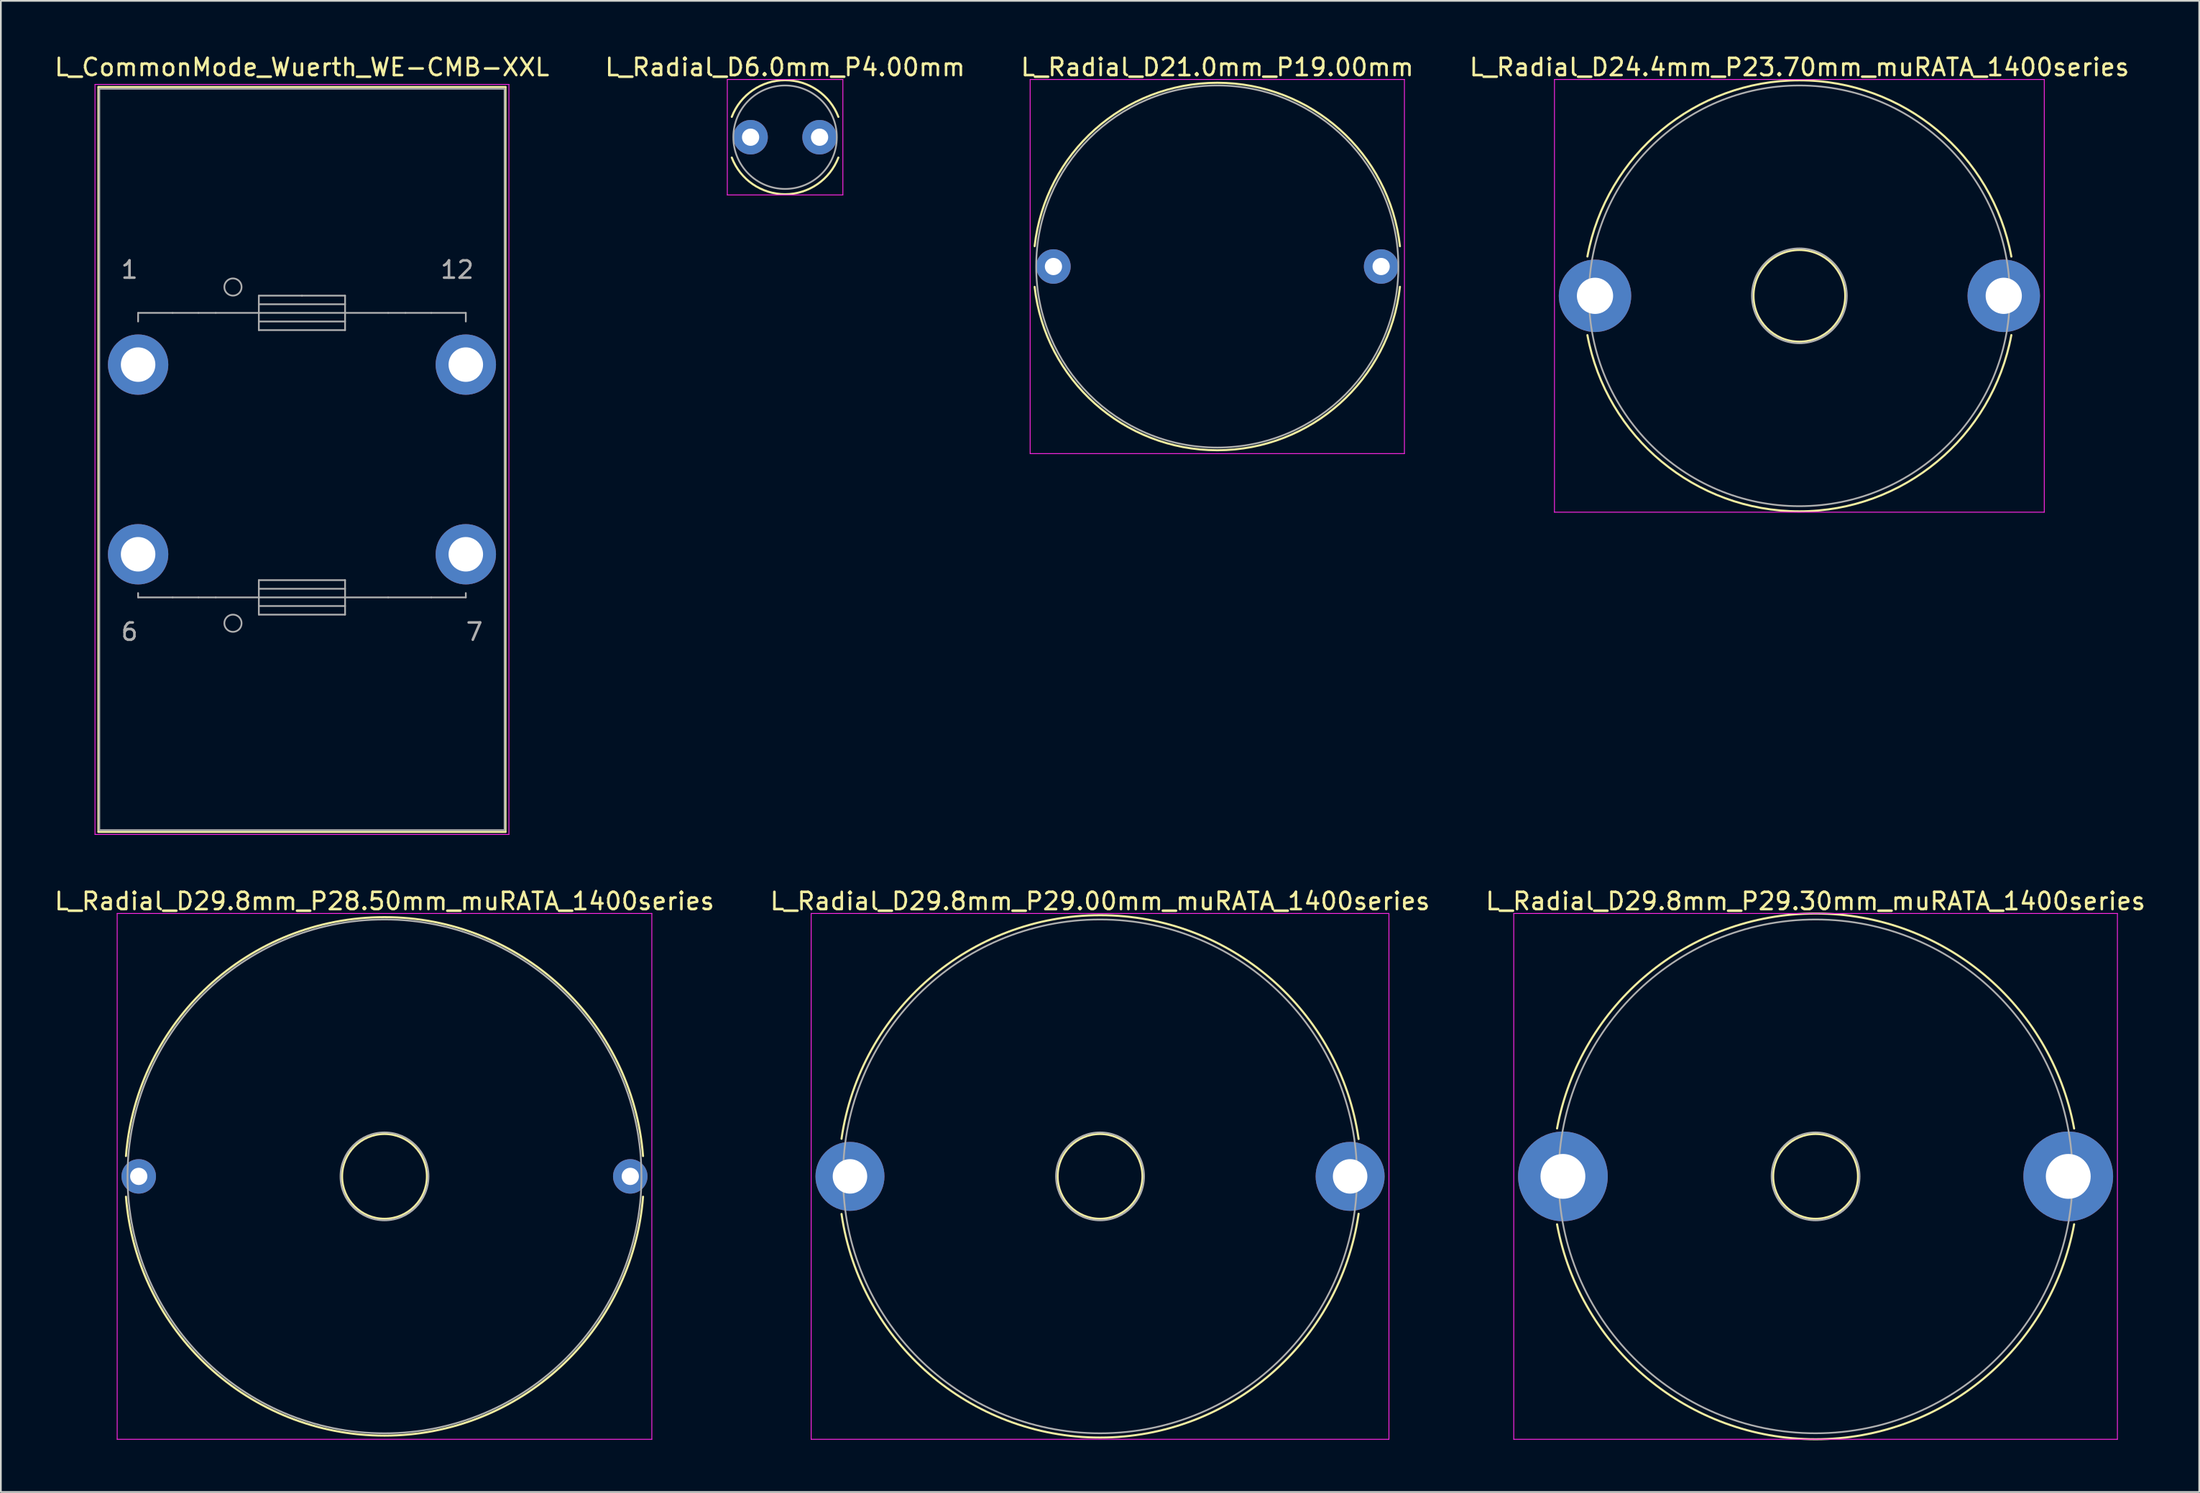
<source format=kicad_pcb>
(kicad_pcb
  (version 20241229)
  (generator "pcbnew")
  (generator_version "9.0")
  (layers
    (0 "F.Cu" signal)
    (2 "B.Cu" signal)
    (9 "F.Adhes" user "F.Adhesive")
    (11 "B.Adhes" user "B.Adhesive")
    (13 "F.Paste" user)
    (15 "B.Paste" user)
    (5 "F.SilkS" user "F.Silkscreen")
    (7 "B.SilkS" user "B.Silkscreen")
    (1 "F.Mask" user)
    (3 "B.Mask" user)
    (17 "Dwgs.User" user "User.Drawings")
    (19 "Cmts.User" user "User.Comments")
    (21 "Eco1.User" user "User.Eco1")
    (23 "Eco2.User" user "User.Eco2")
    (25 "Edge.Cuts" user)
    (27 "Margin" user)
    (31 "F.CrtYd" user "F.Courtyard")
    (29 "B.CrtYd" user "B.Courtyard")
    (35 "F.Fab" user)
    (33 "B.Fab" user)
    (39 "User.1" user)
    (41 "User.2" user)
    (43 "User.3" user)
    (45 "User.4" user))
  (footprint "L_CommonMode_Wuerth_WE-CMB-XXL"
    (layer "F.Cu")
    (at 4.958 18.098)
    (property "Reference" "L_CommonMode_Wuerth_WE-CMB-XXL" (at 9.5 -17.25 0) (layer "F.SilkS") (effects (font (size 1 1) (thickness 0.15))))
    (attr through_hole)
    (fp_line (start -2.3 -16.1) (end 21.3 -16.1) (stroke (width 0.12) (type solid)) (layer "F.SilkS"))
    (fp_line (start -2.3 27.1) (end -2.3 -16.1) (stroke (width 0.12) (type solid)) (layer "F.SilkS"))
    (fp_line (start 21.3 -16.1) (end 21.3 27.1) (stroke (width 0.12) (type solid)) (layer "F.SilkS"))
    (fp_line (start 21.3 27.1) (end -2.3 27.1) (stroke (width 0.12) (type solid)) (layer "F.SilkS"))
    (fp_line (start -2.5 -16.25) (end 21.5 -16.25) (stroke (width 0.05) (type solid)) (layer "F.CrtYd"))
    (fp_line (start -2.5 27.25) (end -2.5 -16.25) (stroke (width 0.05) (type solid)) (layer "F.CrtYd"))
    (fp_line (start 21.5 -16.25) (end 21.5 27.25) (stroke (width 0.05) (type solid)) (layer "F.CrtYd"))
    (fp_line (start 21.5 27.25) (end -2.5 27.25) (stroke (width 0.05) (type solid)) (layer "F.CrtYd"))
    (fp_line (start -2.25 -16) (end -2.25 27) (stroke (width 0.1) (type solid)) (layer "F.Fab"))
    (fp_line (start -2.25 27) (end 21.25 27) (stroke (width 0.1) (type solid)) (layer "F.Fab"))
    (fp_line (start 0 -3) (end 0 -2.5) (stroke (width 0.1) (type solid)) (layer "F.Fab"))
    (fp_line (start 0 13.5) (end 0 13.25) (stroke (width 0.1) (type solid)) (layer "F.Fab"))
    (fp_line (start 2 -3) (end 0 -3) (stroke (width 0.1) (type solid)) (layer "F.Fab"))
    (fp_line (start 2 13.5) (end 0 13.5) (stroke (width 0.1) (type solid)) (layer "F.Fab"))
    (fp_line (start 3.5 -3) (end 2 -3) (stroke (width 0.1) (type solid)) (layer "F.Fab"))
    (fp_line (start 3.5 13.5) (end 2 13.5) (stroke (width 0.1) (type solid)) (layer "F.Fab"))
    (fp_line (start 4.5 -3) (end 3.5 -3) (stroke (width 0.1) (type solid)) (layer "F.Fab"))
    (fp_line (start 4.5 13.5) (end 3.5 13.5) (stroke (width 0.1) (type solid)) (layer "F.Fab"))
    (fp_line (start 4.5 13.5) (end 7 13.5) (stroke (width 0.1) (type solid)) (layer "F.Fab"))
    (fp_line (start 7 -4) (end 9.5 -4) (stroke (width 0.1) (type solid)) (layer "F.Fab"))
    (fp_line (start 7 -3) (end 4.5 -3) (stroke (width 0.1) (type solid)) (layer "F.Fab"))
    (fp_line (start 7 -3) (end 12 -3) (stroke (width 0.1) (type solid)) (layer "F.Fab"))
    (fp_line (start 7 -2.5) (end 12 -2.5) (stroke (width 0.1) (type solid)) (layer "F.Fab"))
    (fp_line (start 7 -2) (end 7 -4) (stroke (width 0.1) (type solid)) (layer "F.Fab"))
    (fp_line (start 7 12.5) (end 12 12.5) (stroke (width 0.1) (type solid)) (layer "F.Fab"))
    (fp_line (start 7 14) (end 12 14) (stroke (width 0.1) (type solid)) (layer "F.Fab"))
    (fp_line (start 7 14.5) (end 7 12.5) (stroke (width 0.1) (type solid)) (layer "F.Fab"))
    (fp_line (start 9.5 -4) (end 12 -4) (stroke (width 0.1) (type solid)) (layer "F.Fab"))
    (fp_line (start 12 -4) (end 12 -2) (stroke (width 0.1) (type solid)) (layer "F.Fab"))
    (fp_line (start 12 -3.5) (end 7 -3.5) (stroke (width 0.1) (type solid)) (layer "F.Fab"))
    (fp_line (start 12 -3) (end 14.5 -3) (stroke (width 0.1) (type solid)) (layer "F.Fab"))
    (fp_line (start 12 -2) (end 7 -2) (stroke (width 0.1) (type solid)) (layer "F.Fab"))
    (fp_line (start 12 12.5) (end 12 14.5) (stroke (width 0.1) (type solid)) (layer "F.Fab"))
    (fp_line (start 12 13) (end 7 13) (stroke (width 0.1) (type solid)) (layer "F.Fab"))
    (fp_line (start 12 13.5) (end 7 13.5) (stroke (width 0.1) (type solid)) (layer "F.Fab"))
    (fp_line (start 12 14.5) (end 7 14.5) (stroke (width 0.1) (type solid)) (layer "F.Fab"))
    (fp_line (start 14.5 -3) (end 15.5 -3) (stroke (width 0.1) (type solid)) (layer "F.Fab"))
    (fp_line (start 14.5 13.5) (end 12 13.5) (stroke (width 0.1) (type solid)) (layer "F.Fab"))
    (fp_line (start 14.5 13.5) (end 17 13.5) (stroke (width 0.1) (type solid)) (layer "F.Fab"))
    (fp_line (start 15.5 -3) (end 17 -3) (stroke (width 0.1) (type solid)) (layer "F.Fab"))
    (fp_line (start 17 -3) (end 19 -3) (stroke (width 0.1) (type solid)) (layer "F.Fab"))
    (fp_line (start 17 13.5) (end 19 13.5) (stroke (width 0.1) (type solid)) (layer "F.Fab"))
    (fp_line (start 19 -3) (end 19 -2.5) (stroke (width 0.1) (type solid)) (layer "F.Fab"))
    (fp_line (start 19 13.5) (end 19 13.25) (stroke (width 0.1) (type solid)) (layer "F.Fab"))
    (fp_line (start 21.25 -16) (end -2.25 -16) (stroke (width 0.1) (type solid)) (layer "F.Fab"))
    (fp_line (start 21.25 27) (end 21.25 -16) (stroke (width 0.1) (type solid)) (layer "F.Fab"))
    (fp_circle (center 5.5 -4.5) (end 6 -4.5) (stroke (width 0.1) (type solid)) (fill no) (layer "F.Fab"))
    (fp_circle (center 5.5 15) (end 6 15) (stroke (width 0.1) (type solid)) (fill no) (layer "F.Fab"))
    (fp_text user "12" (at 18.5 -5.5 0) (layer "F.Fab") (effects (font (size 1 1) (thickness 0.15))))
    (fp_text user "6" (at -0.5 15.5 0) (layer "F.Fab") (effects (font (size 1 1) (thickness 0.15))))
    (fp_text user "1" (at -0.5 -5.5 0) (layer "F.Fab") (effects (font (size 1 1) (thickness 0.15))))
    (fp_text user "7" (at 19.5 15.5 0) (layer "F.Fab") (effects (font (size 1 1) (thickness 0.15))))
    (pad "1" thru_hole circle (at 0 0) (size 3.5 3.5) (drill 2) (layers "*.Cu" "*.Mask"))
    (pad "6" thru_hole circle (at 0 11) (size 3.5 3.5) (drill 2) (layers "*.Cu" "*.Mask"))
    (pad "7" thru_hole circle (at 19 11) (size 3.5 3.5) (drill 2) (layers "*.Cu" "*.Mask"))
    (pad "12" thru_hole circle (at 19 0) (size 3.5 3.5) (drill 2) (layers "*.Cu" "*.Mask")))
  (footprint "L_Radial_D6.0mm_P4.00mm"
    (layer "F.Cu")
    (at 40.47 4.908)
    (property "Reference" "L_Radial_D6.0mm_P4.00mm" (at 2 -4.06 0) (layer "F.SilkS") (effects (font (size 1 1) (thickness 0.15))))
    (attr through_hole)
    (fp_arc (start -1.09 -1.18) (mid 2.000041 -3.307643) (end 5.090029 -1.179924) (stroke (width 0.12) (type solid)) (layer "F.SilkS"))
    (fp_arc (start 5.090029 1.179924) (mid 2.000041 3.307643) (end -1.09 1.18) (stroke (width 0.12) (type solid)) (layer "F.SilkS"))
    (fp_line (start -1.35 -3.35) (end -1.35 3.35) (stroke (width 0.05) (type solid)) (layer "F.CrtYd"))
    (fp_line (start -1.35 3.35) (end 5.35 3.35) (stroke (width 0.05) (type solid)) (layer "F.CrtYd"))
    (fp_line (start 5.35 -3.35) (end -1.35 -3.35) (stroke (width 0.05) (type solid)) (layer "F.CrtYd"))
    (fp_line (start 5.35 3.35) (end 5.35 -3.35) (stroke (width 0.05) (type solid)) (layer "F.CrtYd"))
    (fp_circle (center 2 0) (end 5 0) (stroke (width 0.1) (type solid)) (fill no) (layer "F.Fab"))
    (pad "1" thru_hole circle (at 0 0) (size 2 2) (drill 1) (layers "*.Cu" "*.Mask"))
    (pad "2" thru_hole circle (at 4 0) (size 2 2) (drill 1) (layers "*.Cu" "*.Mask")))
  (footprint "L_Radial_D29.8mm_P29.00mm_muRATA_1400series"
    (layer "F.Cu")
    (at 46.232 65.181)
    (property "Reference" "L_Radial_D29.8mm_P29.00mm_muRATA_1400series" (at 14.5 -15.96 0) (layer "F.SilkS") (effects (font (size 1 1) (thickness 0.15))))
    (attr through_hole)
    (fp_arc (start -0.49 -2.18) (mid 14.506486 -15.147688) (end 29.491861 -2.167163) (stroke (width 0.12) (type solid)) (layer "F.SilkS"))
    (fp_arc (start 29.491861 2.167163) (mid 14.506486 15.147688) (end -0.49 2.18) (stroke (width 0.12) (type solid)) (layer "F.SilkS"))
    (fp_circle (center 14.5 0) (end 16.96 0) (stroke (width 0.12) (type solid)) (fill no) (layer "F.SilkS"))
    (fp_line (start -2.25 -15.25) (end -2.25 15.25) (stroke (width 0.05) (type solid)) (layer "F.CrtYd"))
    (fp_line (start -2.25 15.25) (end 31.25 15.25) (stroke (width 0.05) (type solid)) (layer "F.CrtYd"))
    (fp_line (start 31.25 -15.25) (end -2.25 -15.25) (stroke (width 0.05) (type solid)) (layer "F.CrtYd"))
    (fp_line (start 31.25 15.25) (end 31.25 -15.25) (stroke (width 0.05) (type solid)) (layer "F.CrtYd"))
    (fp_circle (center 14.5 0) (end 17.05 0) (stroke (width 0.1) (type solid)) (fill no) (layer "F.Fab"))
    (fp_circle (center 14.5 0) (end 29.4 0) (stroke (width 0.1) (type solid)) (fill no) (layer "F.Fab"))
    (pad "1" thru_hole circle (at 0 0) (size 4 4) (drill 2) (layers "*.Cu" "*.Mask"))
    (pad "2" thru_hole circle (at 29 0) (size 4 4) (drill 2) (layers "*.Cu" "*.Mask")))
  (footprint "L_Radial_D21.0mm_P19.00mm"
    (layer "F.Cu")
    (at 58.03 12.408)
    (property "Reference" "L_Radial_D21.0mm_P19.00mm" (at 9.5 -11.56 0) (layer "F.SilkS") (effects (font (size 1 1) (thickness 0.15))))
    (attr through_hole)
    (fp_arc (start -1.09 -1.18) (mid 9.501489 -10.655538) (end 20.090329 -1.177041) (stroke (width 0.12) (type solid)) (layer "F.SilkS"))
    (fp_arc (start 20.090329 1.177041) (mid 9.501489 10.655538) (end -1.09 1.18) (stroke (width 0.12) (type solid)) (layer "F.SilkS"))
    (fp_line (start -1.35 -10.85) (end -1.35 10.85) (stroke (width 0.05) (type solid)) (layer "F.CrtYd"))
    (fp_line (start -1.35 10.85) (end 20.35 10.85) (stroke (width 0.05) (type solid)) (layer "F.CrtYd"))
    (fp_line (start 20.35 -10.85) (end -1.35 -10.85) (stroke (width 0.05) (type solid)) (layer "F.CrtYd"))
    (fp_line (start 20.35 10.85) (end 20.35 -10.85) (stroke (width 0.05) (type solid)) (layer "F.CrtYd"))
    (fp_circle (center 9.5 0) (end 20 0) (stroke (width 0.1) (type solid)) (fill no) (layer "F.Fab"))
    (pad "1" thru_hole circle (at 0 0) (size 2 2) (drill 1) (layers "*.Cu" "*.Mask"))
    (pad "2" thru_hole circle (at 19 0) (size 2 2) (drill 1) (layers "*.Cu" "*.Mask")))
  (footprint "L_Radial_D29.8mm_P28.50mm_muRATA_1400series"
    (layer "F.Cu")
    (at 4.994 65.181)
    (property "Reference" "L_Radial_D29.8mm_P28.50mm_muRATA_1400series" (at 14.25 -15.96 0) (layer "F.SilkS") (effects (font (size 1 1) (thickness 0.15))))
    (attr through_hole)
    (fp_arc (start -0.74 -1.18) (mid 14.250261 -15.036373) (end 29.240041 -1.17948) (stroke (width 0.12) (type solid)) (layer "F.SilkS"))
    (fp_arc (start 29.240041 1.17948) (mid 14.250261 15.036373) (end -0.74 1.18) (stroke (width 0.12) (type solid)) (layer "F.SilkS"))
    (fp_circle (center 14.25 0) (end 16.71 0) (stroke (width 0.12) (type solid)) (fill no) (layer "F.SilkS"))
    (fp_line (start -1.25 -15.25) (end -1.25 15.25) (stroke (width 0.05) (type solid)) (layer "F.CrtYd"))
    (fp_line (start -1.25 15.25) (end 29.75 15.25) (stroke (width 0.05) (type solid)) (layer "F.CrtYd"))
    (fp_line (start 29.75 -15.25) (end -1.25 -15.25) (stroke (width 0.05) (type solid)) (layer "F.CrtYd"))
    (fp_line (start 29.75 15.25) (end 29.75 -15.25) (stroke (width 0.05) (type solid)) (layer "F.CrtYd"))
    (fp_circle (center 14.25 0) (end 16.8 0) (stroke (width 0.1) (type solid)) (fill no) (layer "F.Fab"))
    (fp_circle (center 14.25 0) (end 29.15 0) (stroke (width 0.1) (type solid)) (fill no) (layer "F.Fab"))
    (pad "1" thru_hole circle (at 0 0) (size 2 2) (drill 1) (layers "*.Cu" "*.Mask"))
    (pad "2" thru_hole circle (at 28.5 0) (size 2 2) (drill 1) (layers "*.Cu" "*.Mask")))
  (footprint "L_Radial_D29.8mm_P29.30mm_muRATA_1400series"
    (layer "F.Cu")
    (at 87.57 65.181)
    (property "Reference" "L_Radial_D29.8mm_P29.30mm_muRATA_1400series" (at 14.65 -15.96 0) (layer "F.SilkS") (effects (font (size 1 1) (thickness 0.15))))
    (attr through_hole)
    (fp_arc (start -0.34 -2.78) (mid 14.651738 -15.245606) (end 29.640633 -2.776582) (stroke (width 0.12) (type solid)) (layer "F.SilkS"))
    (fp_arc (start 29.640633 2.776582) (mid 14.651738 15.245605) (end -0.34 2.78) (stroke (width 0.12) (type solid)) (layer "F.SilkS"))
    (fp_circle (center 14.65 0) (end 17.11 0) (stroke (width 0.12) (type solid)) (fill no) (layer "F.SilkS"))
    (fp_line (start -2.85 -15.25) (end -2.85 15.25) (stroke (width 0.05) (type solid)) (layer "F.CrtYd"))
    (fp_line (start -2.85 15.25) (end 32.15 15.25) (stroke (width 0.05) (type solid)) (layer "F.CrtYd"))
    (fp_line (start 32.15 -15.25) (end -2.85 -15.25) (stroke (width 0.05) (type solid)) (layer "F.CrtYd"))
    (fp_line (start 32.15 15.25) (end 32.15 -15.25) (stroke (width 0.05) (type solid)) (layer "F.CrtYd"))
    (fp_circle (center 14.65 0) (end 17.2 0) (stroke (width 0.1) (type solid)) (fill no) (layer "F.Fab"))
    (fp_circle (center 14.65 0) (end 29.55 0) (stroke (width 0.1) (type solid)) (fill no) (layer "F.Fab"))
    (pad "1" thru_hole circle (at 0 0) (size 5.2 5.2) (drill 2.6) (layers "*.Cu" "*.Mask"))
    (pad "2" thru_hole circle (at 29.3 0) (size 5.2 5.2) (drill 2.6) (layers "*.Cu" "*.Mask")))
  (footprint "L_Radial_D24.4mm_P23.70mm_muRATA_1400series"
    (layer "F.Cu")
    (at 89.43 14.108)
    (property "Reference" "L_Radial_D24.4mm_P23.70mm_muRATA_1400series" (at 11.85 -13.26 0) (layer "F.SilkS") (effects (font (size 1 1) (thickness 0.15))))
    (attr through_hole)
    (fp_arc (start -0.44 -2.28) (mid 11.852146 -12.4997) (end 24.140782 -2.275779) (stroke (width 0.12) (type solid)) (layer "F.SilkS"))
    (fp_arc (start 24.140782 2.275779) (mid 11.852146 12.4997) (end -0.44 2.28) (stroke (width 0.12) (type solid)) (layer "F.SilkS"))
    (fp_circle (center 11.85 0) (end 14.51 0) (stroke (width 0.12) (type solid)) (fill no) (layer "F.SilkS"))
    (fp_line (start -2.35 -12.55) (end -2.35 12.55) (stroke (width 0.05) (type solid)) (layer "F.CrtYd"))
    (fp_line (start -2.35 12.55) (end 26.05 12.55) (stroke (width 0.05) (type solid)) (layer "F.CrtYd"))
    (fp_line (start 26.05 -12.55) (end -2.35 -12.55) (stroke (width 0.05) (type solid)) (layer "F.CrtYd"))
    (fp_line (start 26.05 12.55) (end 26.05 -12.55) (stroke (width 0.05) (type solid)) (layer "F.CrtYd"))
    (fp_circle (center 11.85 0) (end 14.6 0) (stroke (width 0.1) (type solid)) (fill no) (layer "F.Fab"))
    (fp_circle (center 11.85 0) (end 24.05 0) (stroke (width 0.1) (type solid)) (fill no) (layer "F.Fab"))
    (pad "1" thru_hole circle (at 0 0) (size 4.2 4.2) (drill 2.1) (layers "*.Cu" "*.Mask"))
    (pad "2" thru_hole circle (at 23.7 0) (size 4.2 4.2) (drill 2.1) (layers "*.Cu" "*.Mask")))
  (gr_rect
    (start -3 -3)
    (end 124.464 83.487)
    (stroke (width 0.1) (type default))
    (fill no)
    (layer "Edge.Cuts")))
</source>
